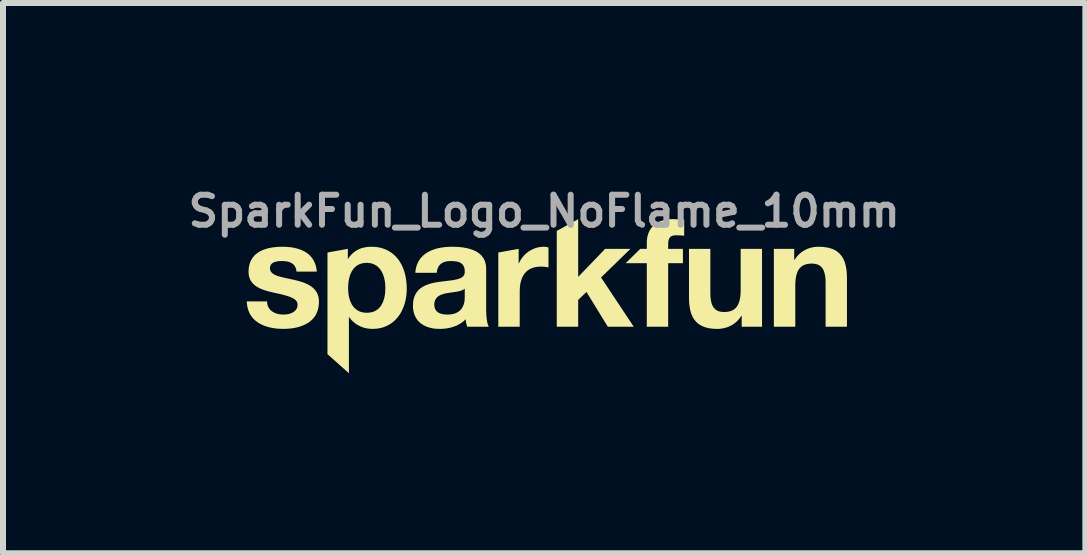
<source format=kicad_pcb>
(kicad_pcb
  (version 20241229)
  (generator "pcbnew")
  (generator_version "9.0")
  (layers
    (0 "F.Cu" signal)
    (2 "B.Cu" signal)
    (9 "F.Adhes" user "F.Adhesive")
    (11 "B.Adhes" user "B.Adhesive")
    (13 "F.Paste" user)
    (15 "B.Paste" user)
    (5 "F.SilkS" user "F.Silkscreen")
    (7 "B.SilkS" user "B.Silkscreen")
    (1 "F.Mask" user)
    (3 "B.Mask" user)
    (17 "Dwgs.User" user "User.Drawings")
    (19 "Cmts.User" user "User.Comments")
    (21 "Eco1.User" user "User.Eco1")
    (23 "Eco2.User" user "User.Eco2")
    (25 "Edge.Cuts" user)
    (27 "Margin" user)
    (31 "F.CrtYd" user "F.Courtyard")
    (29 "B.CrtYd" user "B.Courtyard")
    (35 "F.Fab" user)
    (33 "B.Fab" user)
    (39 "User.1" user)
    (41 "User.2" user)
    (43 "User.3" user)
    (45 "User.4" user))
  (footprint "SparkFun_Logo_NoFlame_10mm"
    (layer "F.Cu")
    (at 6.017 1.738)
    (property "Reference" "SparkFun_Logo_NoFlame_10mm" (at 0 -1.27 0) (layer "F.Fab") (effects (font (size 0.5 0.5) (thickness 0.1))))
    (attr board_only exclude_from_pos_files exclude_from_bom)
    (fp_poly (pts (xy 0.566 -0.175) (xy 1.015 -0.642) (xy 1.437 -0.642) (xy 0.947 -0.165) (xy 1.492 0.656) (xy 1.06 0.656) (xy 0.704 0.076) (xy 0.566 0.209) (xy 0.566 0.656) (xy 0.209 0.656) (xy 0.209 -0.941) (xy 0.566 -1.137)) (stroke (width 0) (type solid)) (fill yes) (layer "F.SilkS"))
    (fp_poly (pts (xy -0.002 -0.677) (xy 0.003 -0.677) (xy 0.009 -0.677) (xy 0.014 -0.676) (xy 0.023 -0.675) (xy 0.033 -0.674) (xy 0.043 -0.672) (xy 0.052 -0.67) (xy 0.062 -0.667) (xy 0.071 -0.665) (xy 0.071 -0.333) (xy 0.058 -0.336) (xy 0.043 -0.338) (xy 0.028 -0.34) (xy 0.011 -0.342) (xy -0.006 -0.344) (xy -0.023 -0.345) (xy -0.04 -0.345) (xy -0.057 -0.346) (xy -0.081 -0.345) (xy -0.104 -0.343) (xy -0.126 -0.341) (xy -0.148 -0.337) (xy -0.168 -0.333) (xy -0.187 -0.327) (xy -0.206 -0.32) (xy -0.223 -0.313) (xy -0.24 -0.305) (xy -0.255 -0.295) (xy -0.27 -0.285) (xy -0.284 -0.275) (xy -0.297 -0.263) (xy -0.309 -0.251) (xy -0.321 -0.238) (xy -0.332 -0.224) (xy -0.341 -0.209) (xy -0.351 -0.194) (xy -0.359 -0.179) (xy -0.367 -0.162) (xy -0.374 -0.145) (xy -0.38 -0.128) (xy -0.386 -0.11) (xy -0.391 -0.091) (xy -0.395 -0.072) (xy -0.399 -0.053) (xy -0.404 -0.013) (xy -0.407 0.028) (xy -0.408 0.071) (xy -0.408 0.656) (xy -0.765 0.656) (xy -0.765 -0.581) (xy -0.426 -0.642) (xy -0.426 -0.401) (xy -0.421 -0.401) (xy -0.414 -0.416) (xy -0.407 -0.431) (xy -0.399 -0.445) (xy -0.391 -0.46) (xy -0.382 -0.473) (xy -0.373 -0.487) (xy -0.363 -0.5) (xy -0.353 -0.513) (xy -0.342 -0.525) (xy -0.331 -0.537) (xy -0.319 -0.549) (xy -0.307 -0.56) (xy -0.295 -0.571) (xy -0.282 -0.581) (xy -0.269 -0.591) (xy -0.255 -0.6) (xy -0.241 -0.609) (xy -0.227 -0.617) (xy -0.213 -0.625) (xy -0.198 -0.633) (xy -0.183 -0.64) (xy -0.168 -0.646) (xy -0.153 -0.652) (xy -0.137 -0.657) (xy -0.121 -0.662) (xy -0.105 -0.666) (xy -0.089 -0.669) (xy -0.073 -0.672) (xy -0.057 -0.674) (xy -0.04 -0.676) (xy -0.023 -0.677) (xy -0.007 -0.677)) (stroke (width 0) (type solid)) (fill yes) (layer "F.SilkS"))
    (fp_poly (pts (xy 2.167 -1.136) (xy 2.191 -1.135) (xy 2.215 -1.134) (xy 2.238 -1.132) (xy 2.286 -1.129) (xy 2.309 -1.128) (xy 2.332 -1.127) (xy 2.332 -0.86) (xy 2.315 -0.862) (xy 2.299 -0.864) (xy 2.283 -0.865) (xy 2.266 -0.866) (xy 2.25 -0.867) (xy 2.233 -0.867) (xy 2.217 -0.868) (xy 2.201 -0.868) (xy 2.184 -0.867) (xy 2.175 -0.867) (xy 2.167 -0.866) (xy 2.16 -0.865) (xy 2.152 -0.864) (xy 2.145 -0.862) (xy 2.139 -0.86) (xy 2.132 -0.858) (xy 2.126 -0.855) (xy 2.121 -0.853) (xy 2.115 -0.85) (xy 2.11 -0.846) (xy 2.105 -0.843) (xy 2.101 -0.839) (xy 2.097 -0.834) (xy 2.093 -0.83) (xy 2.089 -0.825) (xy 2.086 -0.82) (xy 2.083 -0.814) (xy 2.08 -0.808) (xy 2.077 -0.802) (xy 2.075 -0.795) (xy 2.073 -0.788) (xy 2.071 -0.781) (xy 2.07 -0.774) (xy 2.068 -0.765) (xy 2.067 -0.757) (xy 2.066 -0.739) (xy 2.065 -0.72) (xy 2.065 -0.642) (xy 2.311 -0.642) (xy 2.311 -0.403) (xy 2.065 -0.403) (xy 2.065 0.656) (xy 1.709 0.656) (xy 1.709 -0.403) (xy 1.357 -0.403) (xy 1.6 -0.642) (xy 1.709 -0.642) (xy 1.709 -0.742) (xy 1.709 -0.764) (xy 1.711 -0.785) (xy 1.713 -0.805) (xy 1.716 -0.825) (xy 1.719 -0.845) (xy 1.724 -0.864) (xy 1.729 -0.883) (xy 1.736 -0.901) (xy 1.743 -0.919) (xy 1.751 -0.936) (xy 1.76 -0.953) (xy 1.77 -0.969) (xy 1.78 -0.984) (xy 1.791 -0.999) (xy 1.804 -1.013) (xy 1.817 -1.026) (xy 1.831 -1.039) (xy 1.846 -1.051) (xy 1.861 -1.062) (xy 1.878 -1.073) (xy 1.895 -1.083) (xy 1.913 -1.092) (xy 1.933 -1.1) (xy 1.953 -1.107) (xy 1.973 -1.114) (xy 1.995 -1.12) (xy 2.018 -1.125) (xy 2.041 -1.129) (xy 2.065 -1.132) (xy 2.09 -1.135) (xy 2.116 -1.136) (xy 2.143 -1.137)) (stroke (width 0) (type solid)) (fill yes) (layer "F.SilkS"))
    (fp_poly (pts (xy 2.768 0.091) (xy 2.769 0.13) (xy 2.771 0.166) (xy 2.775 0.2) (xy 2.78 0.231) (xy 2.787 0.26) (xy 2.796 0.286) (xy 2.801 0.298) (xy 2.807 0.31) (xy 2.813 0.32) (xy 2.819 0.331) (xy 2.826 0.34) (xy 2.834 0.349) (xy 2.842 0.358) (xy 2.85 0.365) (xy 2.859 0.373) (xy 2.869 0.379) (xy 2.879 0.385) (xy 2.89 0.39) (xy 2.901 0.395) (xy 2.913 0.399) (xy 2.925 0.402) (xy 2.938 0.405) (xy 2.952 0.407) (xy 2.966 0.409) (xy 2.981 0.41) (xy 2.996 0.41) (xy 3.014 0.41) (xy 3.031 0.409) (xy 3.048 0.407) (xy 3.064 0.405) (xy 3.079 0.402) (xy 3.094 0.398) (xy 3.108 0.394) (xy 3.121 0.389) (xy 3.134 0.383) (xy 3.146 0.377) (xy 3.158 0.37) (xy 3.169 0.362) (xy 3.179 0.353) (xy 3.189 0.344) (xy 3.199 0.334) (xy 3.207 0.323) (xy 3.215 0.311) (xy 3.223 0.299) (xy 3.23 0.286) (xy 3.236 0.272) (xy 3.242 0.257) (xy 3.248 0.241) (xy 3.253 0.225) (xy 3.257 0.208) (xy 3.261 0.19) (xy 3.264 0.171) (xy 3.267 0.151) (xy 3.269 0.13) (xy 3.271 0.109) (xy 3.272 0.086) (xy 3.273 0.039) (xy 3.273 -0.642) (xy 3.629 -0.642) (xy 3.629 0.656) (xy 3.29 0.656) (xy 3.29 0.475) (xy 3.283 0.475) (xy 3.274 0.489) (xy 3.265 0.502) (xy 3.256 0.515) (xy 3.246 0.527) (xy 3.236 0.539) (xy 3.226 0.55) (xy 3.215 0.561) (xy 3.204 0.572) (xy 3.193 0.582) (xy 3.181 0.591) (xy 3.169 0.6) (xy 3.157 0.609) (xy 3.133 0.625) (xy 3.107 0.639) (xy 3.081 0.651) (xy 3.054 0.662) (xy 3.027 0.671) (xy 2.999 0.678) (xy 2.971 0.684) (xy 2.943 0.688) (xy 2.914 0.691) (xy 2.886 0.691) (xy 2.851 0.691) (xy 2.818 0.689) (xy 2.787 0.686) (xy 2.757 0.682) (xy 2.728 0.676) (xy 2.701 0.67) (xy 2.676 0.662) (xy 2.652 0.653) (xy 2.629 0.643) (xy 2.608 0.632) (xy 2.588 0.62) (xy 2.569 0.607) (xy 2.552 0.593) (xy 2.536 0.578) (xy 2.521 0.562) (xy 2.507 0.545) (xy 2.494 0.527) (xy 2.482 0.508) (xy 2.471 0.488) (xy 2.462 0.467) (xy 2.453 0.445) (xy 2.445 0.423) (xy 2.438 0.4) (xy 2.432 0.376) (xy 2.423 0.325) (xy 2.416 0.272) (xy 2.413 0.216) (xy 2.412 0.157) (xy 2.412 -0.642) (xy 2.768 -0.642)) (stroke (width 0) (type solid)) (fill yes) (layer "F.SilkS"))
    (fp_poly (pts (xy 4.604 -0.676) (xy 4.637 -0.675) (xy 4.669 -0.671) (xy 4.699 -0.667) (xy 4.727 -0.662) (xy 4.754 -0.655) (xy 4.78 -0.647) (xy 4.804 -0.639) (xy 4.826 -0.629) (xy 4.848 -0.618) (xy 4.868 -0.606) (xy 4.886 -0.593) (xy 4.904 -0.578) (xy 4.92 -0.563) (xy 4.935 -0.547) (xy 4.949 -0.53) (xy 4.962 -0.512) (xy 4.974 -0.493) (xy 4.984 -0.473) (xy 4.994 -0.453) (xy 5.003 -0.431) (xy 5.01 -0.409) (xy 5.017 -0.385) (xy 5.023 -0.361) (xy 5.033 -0.311) (xy 5.039 -0.258) (xy 5.043 -0.201) (xy 5.044 -0.142) (xy 5.044 0.656) (xy 4.688 0.656) (xy 4.688 -0.077) (xy 4.687 -0.116) (xy 4.685 -0.152) (xy 4.681 -0.186) (xy 4.675 -0.217) (xy 4.668 -0.245) (xy 4.66 -0.272) (xy 4.654 -0.284) (xy 4.649 -0.295) (xy 4.643 -0.306) (xy 4.636 -0.316) (xy 4.629 -0.326) (xy 4.622 -0.335) (xy 4.614 -0.343) (xy 4.605 -0.351) (xy 4.596 -0.358) (xy 4.586 -0.365) (xy 4.576 -0.371) (xy 4.566 -0.376) (xy 4.554 -0.381) (xy 4.543 -0.385) (xy 4.53 -0.388) (xy 4.517 -0.391) (xy 4.503 -0.393) (xy 4.489 -0.395) (xy 4.474 -0.396) (xy 4.459 -0.396) (xy 4.441 -0.396) (xy 4.424 -0.395) (xy 4.408 -0.393) (xy 4.392 -0.391) (xy 4.376 -0.388) (xy 4.362 -0.384) (xy 4.348 -0.38) (xy 4.334 -0.375) (xy 4.322 -0.369) (xy 4.309 -0.363) (xy 4.298 -0.356) (xy 4.287 -0.348) (xy 4.276 -0.339) (xy 4.267 -0.33) (xy 4.257 -0.32) (xy 4.249 -0.309) (xy 4.24 -0.297) (xy 4.233 -0.285) (xy 4.226 -0.272) (xy 4.219 -0.258) (xy 4.214 -0.243) (xy 4.208 -0.227) (xy 4.203 -0.211) (xy 4.199 -0.193) (xy 4.195 -0.175) (xy 4.192 -0.156) (xy 4.189 -0.136) (xy 4.187 -0.116) (xy 4.185 -0.094) (xy 4.184 -0.072) (xy 4.183 -0.024) (xy 4.183 0.656) (xy 3.826 0.656) (xy 3.826 -0.642) (xy 4.165 -0.642) (xy 4.165 -0.461) (xy 4.173 -0.461) (xy 4.182 -0.475) (xy 4.191 -0.488) (xy 4.2 -0.501) (xy 4.21 -0.513) (xy 4.22 -0.525) (xy 4.23 -0.536) (xy 4.241 -0.547) (xy 4.252 -0.557) (xy 4.263 -0.567) (xy 4.275 -0.577) (xy 4.286 -0.586) (xy 4.298 -0.594) (xy 4.323 -0.61) (xy 4.349 -0.625) (xy 4.375 -0.637) (xy 4.402 -0.648) (xy 4.429 -0.657) (xy 4.457 -0.664) (xy 4.485 -0.67) (xy 4.513 -0.674) (xy 4.541 -0.676) (xy 4.57 -0.677)) (stroke (width 0) (type solid)) (fill yes) (layer "F.SilkS"))
    (fp_poly (pts (xy -2.843 -0.676) (xy -2.806 -0.673) (xy -2.771 -0.669) (xy -2.738 -0.662) (xy -2.706 -0.654) (xy -2.675 -0.644) (xy -2.645 -0.633) (xy -2.616 -0.62) (xy -2.589 -0.605) (xy -2.563 -0.589) (xy -2.538 -0.572) (xy -2.515 -0.553) (xy -2.492 -0.533) (xy -2.471 -0.512) (xy -2.451 -0.49) (xy -2.432 -0.466) (xy -2.415 -0.442) (xy -2.399 -0.416) (xy -2.383 -0.39) (xy -2.369 -0.362) (xy -2.357 -0.334) (xy -2.345 -0.304) (xy -2.334 -0.274) (xy -2.325 -0.244) (xy -2.317 -0.212) (xy -2.31 -0.181) (xy -2.299 -0.115) (xy -2.292 -0.048) (xy -2.29 0.021) (xy -2.292 0.086) (xy -2.299 0.149) (xy -2.31 0.212) (xy -2.325 0.272) (xy -2.345 0.33) (xy -2.37 0.385) (xy -2.384 0.412) (xy -2.398 0.438) (xy -2.415 0.462) (xy -2.432 0.486) (xy -2.45 0.509) (xy -2.47 0.531) (xy -2.49 0.551) (xy -2.512 0.571) (xy -2.535 0.589) (xy -2.559 0.606) (xy -2.584 0.621) (xy -2.61 0.635) (xy -2.637 0.648) (xy -2.666 0.659) (xy -2.695 0.669) (xy -2.726 0.677) (xy -2.758 0.683) (xy -2.791 0.688) (xy -2.825 0.69) (xy -2.86 0.691) (xy -2.889 0.691) (xy -2.919 0.688) (xy -2.947 0.684) (xy -2.975 0.679) (xy -3.003 0.672) (xy -3.029 0.663) (xy -3.056 0.653) (xy -3.081 0.641) (xy -3.105 0.628) (xy -3.129 0.614) (xy -3.152 0.598) (xy -3.173 0.58) (xy -3.194 0.561) (xy -3.214 0.541) (xy -3.232 0.519) (xy -3.249 0.496) (xy -3.254 0.496) (xy -3.254 1.43) (xy -3.611 1.113) (xy -3.611 0.011) (xy -3.267 0.011) (xy -3.266 0.05) (xy -3.263 0.089) (xy -3.258 0.127) (xy -3.251 0.164) (xy -3.241 0.2) (xy -3.229 0.234) (xy -3.215 0.266) (xy -3.207 0.281) (xy -3.198 0.296) (xy -3.188 0.31) (xy -3.178 0.323) (xy -3.167 0.336) (xy -3.155 0.348) (xy -3.143 0.359) (xy -3.13 0.37) (xy -3.116 0.379) (xy -3.102 0.388) (xy -3.086 0.396) (xy -3.07 0.403) (xy -3.053 0.409) (xy -3.035 0.414) (xy -3.016 0.417) (xy -2.997 0.42) (xy -2.977 0.422) (xy -2.955 0.423) (xy -2.934 0.422) (xy -2.913 0.42) (xy -2.894 0.417) (xy -2.875 0.414) (xy -2.857 0.409) (xy -2.84 0.403) (xy -2.824 0.396) (xy -2.809 0.388) (xy -2.794 0.379) (xy -2.78 0.37) (xy -2.767 0.359) (xy -2.755 0.348) (xy -2.744 0.336) (xy -2.733 0.323) (xy -2.723 0.31) (xy -2.713 0.296) (xy -2.705 0.281) (xy -2.697 0.266) (xy -2.689 0.25) (xy -2.683 0.234) (xy -2.677 0.217) (xy -2.671 0.2) (xy -2.666 0.182) (xy -2.662 0.164) (xy -2.655 0.127) (xy -2.65 0.089) (xy -2.648 0.05) (xy -2.647 0.011) (xy -2.648 -0.028) (xy -2.651 -0.067) (xy -2.656 -0.105) (xy -2.663 -0.142) (xy -2.673 -0.179) (xy -2.685 -0.213) (xy -2.699 -0.246) (xy -2.708 -0.262) (xy -2.717 -0.277) (xy -2.726 -0.291) (xy -2.736 -0.305) (xy -2.747 -0.318) (xy -2.759 -0.331) (xy -2.771 -0.342) (xy -2.784 -0.353) (xy -2.798 -0.363) (xy -2.813 -0.372) (xy -2.828 -0.38) (xy -2.844 -0.388) (xy -2.861 -0.394) (xy -2.879 -0.399) (xy -2.897 -0.403) (xy -2.917 -0.406) (xy -2.937 -0.408) (xy -2.958 -0.408) (xy -2.979 -0.408) (xy -3 -0.406) (xy -3.019 -0.403) (xy -3.038 -0.399) (xy -3.056 -0.394) (xy -3.073 -0.388) (xy -3.089 -0.381) (xy -3.105 -0.372) (xy -3.119 -0.363) (xy -3.133 -0.354) (xy -3.146 -0.343) (xy -3.158 -0.331) (xy -3.17 -0.319) (xy -3.18 -0.306) (xy -3.19 -0.292) (xy -3.2 -0.278) (xy -3.208 -0.263) (xy -3.216 -0.247) (xy -3.224 -0.231) (xy -3.231 -0.214) (xy -3.237 -0.197) (xy -3.242 -0.18) (xy -3.247 -0.162) (xy -3.251 -0.143) (xy -3.258 -0.106) (xy -3.263 -0.068) (xy -3.266 -0.029) (xy -3.267 0.011) (xy -3.611 0.011) (xy -3.611 -0.581) (xy -3.272 -0.642) (xy -3.272 -0.476) (xy -3.267 -0.476) (xy -3.258 -0.489) (xy -3.25 -0.502) (xy -3.241 -0.514) (xy -3.231 -0.525) (xy -3.222 -0.536) (xy -3.212 -0.547) (xy -3.202 -0.557) (xy -3.192 -0.567) (xy -3.181 -0.576) (xy -3.17 -0.585) (xy -3.159 -0.594) (xy -3.148 -0.602) (xy -3.137 -0.609) (xy -3.125 -0.616) (xy -3.113 -0.623) (xy -3.101 -0.629) (xy -3.088 -0.635) (xy -3.076 -0.641) (xy -3.05 -0.651) (xy -3.023 -0.659) (xy -2.996 -0.665) (xy -2.968 -0.67) (xy -2.939 -0.674) (xy -2.91 -0.676) (xy -2.88 -0.677)) (stroke (width 0) (type solid)) (fill yes) (layer "F.SilkS"))
    (fp_poly (pts (xy -1.488 -0.676) (xy -1.438 -0.674) (xy -1.388 -0.67) (xy -1.339 -0.663) (xy -1.29 -0.654) (xy -1.243 -0.642) (xy -1.198 -0.627) (xy -1.155 -0.609) (xy -1.135 -0.599) (xy -1.115 -0.587) (xy -1.097 -0.575) (xy -1.079 -0.562) (xy -1.063 -0.547) (xy -1.047 -0.532) (xy -1.033 -0.515) (xy -1.02 -0.497) (xy -1.008 -0.478) (xy -0.997 -0.458) (xy -0.988 -0.436) (xy -0.981 -0.413) (xy -0.975 -0.389) (xy -0.97 -0.364) (xy -0.968 -0.337) (xy -0.967 -0.308) (xy -0.967 0.368) (xy -0.966 0.412) (xy -0.964 0.455) (xy -0.961 0.497) (xy -0.957 0.536) (xy -0.954 0.555) (xy -0.95 0.573) (xy -0.947 0.59) (xy -0.943 0.606) (xy -0.938 0.62) (xy -0.933 0.634) (xy -0.928 0.646) (xy -0.922 0.656) (xy -1.283 0.656) (xy -1.288 0.641) (xy -1.292 0.626) (xy -1.296 0.61) (xy -1.3 0.594) (xy -1.303 0.579) (xy -1.305 0.563) (xy -1.307 0.547) (xy -1.309 0.531) (xy -1.33 0.552) (xy -1.353 0.572) (xy -1.377 0.59) (xy -1.402 0.606) (xy -1.428 0.62) (xy -1.454 0.634) (xy -1.481 0.645) (xy -1.509 0.655) (xy -1.537 0.664) (xy -1.566 0.672) (xy -1.596 0.678) (xy -1.625 0.683) (xy -1.655 0.687) (xy -1.685 0.689) (xy -1.715 0.691) (xy -1.746 0.691) (xy -1.791 0.69) (xy -1.836 0.686) (xy -1.879 0.678) (xy -1.919 0.668) (xy -1.939 0.662) (xy -1.958 0.655) (xy -1.977 0.647) (xy -1.995 0.638) (xy -2.012 0.629) (xy -2.028 0.619) (xy -2.044 0.608) (xy -2.06 0.597) (xy -2.074 0.584) (xy -2.088 0.571) (xy -2.101 0.557) (xy -2.113 0.542) (xy -2.124 0.527) (xy -2.135 0.51) (xy -2.144 0.493) (xy -2.153 0.475) (xy -2.161 0.457) (xy -2.168 0.437) (xy -2.174 0.417) (xy -2.178 0.395) (xy -2.182 0.373) (xy -2.185 0.35) (xy -2.187 0.327) (xy -2.187 0.302) (xy -2.186 0.287) (xy -1.831 0.287) (xy -1.831 0.299) (xy -1.83 0.311) (xy -1.828 0.321) (xy -1.826 0.332) (xy -1.824 0.342) (xy -1.821 0.351) (xy -1.817 0.36) (xy -1.813 0.368) (xy -1.808 0.376) (xy -1.804 0.384) (xy -1.798 0.39) (xy -1.792 0.397) (xy -1.786 0.403) (xy -1.779 0.409) (xy -1.772 0.414) (xy -1.765 0.419) (xy -1.757 0.424) (xy -1.749 0.428) (xy -1.741 0.431) (xy -1.732 0.435) (xy -1.723 0.438) (xy -1.714 0.441) (xy -1.705 0.443) (xy -1.695 0.445) (xy -1.675 0.449) (xy -1.655 0.451) (xy -1.634 0.452) (xy -1.612 0.453) (xy -1.587 0.452) (xy -1.563 0.45) (xy -1.541 0.447) (xy -1.52 0.443) (xy -1.5 0.438) (xy -1.482 0.432) (xy -1.465 0.425) (xy -1.45 0.417) (xy -1.435 0.409) (xy -1.422 0.4) (xy -1.41 0.39) (xy -1.398 0.38) (xy -1.388 0.369) (xy -1.379 0.357) (xy -1.371 0.346) (xy -1.363 0.334) (xy -1.357 0.321) (xy -1.351 0.309) (xy -1.346 0.296) (xy -1.341 0.284) (xy -1.334 0.259) (xy -1.329 0.235) (xy -1.326 0.212) (xy -1.325 0.19) (xy -1.324 0.154) (xy -1.324 0.021) (xy -1.329 0.026) (xy -1.336 0.03) (xy -1.342 0.035) (xy -1.349 0.039) (xy -1.364 0.046) (xy -1.38 0.052) (xy -1.397 0.058) (xy -1.415 0.063) (xy -1.433 0.067) (xy -1.453 0.071) (xy -1.62 0.096) (xy -1.64 0.1) (xy -1.661 0.105) (xy -1.68 0.11) (xy -1.699 0.116) (xy -1.718 0.123) (xy -1.735 0.131) (xy -1.752 0.14) (xy -1.759 0.145) (xy -1.767 0.15) (xy -1.774 0.156) (xy -1.781 0.162) (xy -1.787 0.168) (xy -1.793 0.175) (xy -1.799 0.182) (xy -1.804 0.189) (xy -1.809 0.197) (xy -1.813 0.205) (xy -1.817 0.214) (xy -1.821 0.223) (xy -1.824 0.232) (xy -1.826 0.242) (xy -1.828 0.253) (xy -1.83 0.264) (xy -1.831 0.275) (xy -1.831 0.287) (xy -2.186 0.287) (xy -2.184 0.249) (xy -2.177 0.202) (xy -2.164 0.159) (xy -2.148 0.12) (xy -2.128 0.086) (xy -2.105 0.056) (xy -2.078 0.029) (xy -2.048 0.006) (xy -2.016 -0.014) (xy -1.982 -0.032) (xy -1.946 -0.046) (xy -1.908 -0.059) (xy -1.869 -0.07) (xy -1.829 -0.079) (xy -1.748 -0.092) (xy -1.589 -0.112) (xy -1.516 -0.121) (xy -1.452 -0.135) (xy -1.423 -0.143) (xy -1.397 -0.153) (xy -1.375 -0.165) (xy -1.356 -0.179) (xy -1.341 -0.196) (xy -1.331 -0.215) (xy -1.325 -0.237) (xy -1.324 -0.263) (xy -1.324 -0.276) (xy -1.325 -0.289) (xy -1.326 -0.302) (xy -1.328 -0.313) (xy -1.331 -0.324) (xy -1.334 -0.335) (xy -1.338 -0.345) (xy -1.342 -0.354) (xy -1.347 -0.362) (xy -1.352 -0.37) (xy -1.358 -0.378) (xy -1.364 -0.385) (xy -1.37 -0.391) (xy -1.377 -0.397) (xy -1.384 -0.402) (xy -1.392 -0.407) (xy -1.4 -0.412) (xy -1.409 -0.416) (xy -1.417 -0.419) (xy -1.426 -0.423) (xy -1.436 -0.426) (xy -1.445 -0.428) (xy -1.455 -0.43) (xy -1.466 -0.432) (xy -1.487 -0.435) (xy -1.509 -0.437) (xy -1.531 -0.438) (xy -1.555 -0.439) (xy -1.58 -0.438) (xy -1.604 -0.436) (xy -1.627 -0.433) (xy -1.648 -0.428) (xy -1.658 -0.425) (xy -1.668 -0.421) (xy -1.677 -0.418) (xy -1.687 -0.414) (xy -1.695 -0.409) (xy -1.704 -0.404) (xy -1.712 -0.399) (xy -1.72 -0.393) (xy -1.727 -0.387) (xy -1.734 -0.381) (xy -1.741 -0.374) (xy -1.747 -0.366) (xy -1.753 -0.359) (xy -1.758 -0.35) (xy -1.763 -0.342) (xy -1.768 -0.333) (xy -1.772 -0.323) (xy -1.776 -0.313) (xy -1.779 -0.302) (xy -1.783 -0.291) (xy -1.785 -0.28) (xy -1.787 -0.268) (xy -1.789 -0.255) (xy -1.791 -0.243) (xy -2.147 -0.243) (xy -2.145 -0.273) (xy -2.14 -0.302) (xy -2.135 -0.33) (xy -2.127 -0.356) (xy -2.119 -0.382) (xy -2.108 -0.406) (xy -2.097 -0.429) (xy -2.084 -0.45) (xy -2.071 -0.471) (xy -2.056 -0.49) (xy -2.039 -0.508) (xy -2.022 -0.526) (xy -2.004 -0.542) (xy -1.985 -0.557) (xy -1.965 -0.571) (xy -1.944 -0.584) (xy -1.922 -0.596) (xy -1.9 -0.607) (xy -1.877 -0.618) (xy -1.853 -0.627) (xy -1.829 -0.635) (xy -1.804 -0.643) (xy -1.778 -0.65) (xy -1.753 -0.656) (xy -1.7 -0.665) (xy -1.646 -0.672) (xy -1.592 -0.676) (xy -1.537 -0.677)) (stroke (width 0) (type solid)) (fill yes) (layer "F.SilkS"))
    (fp_poly (pts (xy -4.309 -0.676) (xy -4.257 -0.672) (xy -4.206 -0.666) (xy -4.157 -0.657) (xy -4.109 -0.645) (xy -4.063 -0.63) (xy -4.02 -0.611) (xy -3.999 -0.601) (xy -3.979 -0.589) (xy -3.96 -0.577) (xy -3.942 -0.564) (xy -3.924 -0.549) (xy -3.907 -0.534) (xy -3.892 -0.518) (xy -3.877 -0.5) (xy -3.863 -0.482) (xy -3.85 -0.462) (xy -3.838 -0.441) (xy -3.827 -0.419) (xy -3.818 -0.396) (xy -3.809 -0.372) (xy -3.802 -0.347) (xy -3.796 -0.32) (xy -3.792 -0.292) (xy -3.788 -0.263) (xy -4.127 -0.263) (xy -4.128 -0.275) (xy -4.13 -0.287) (xy -4.133 -0.299) (xy -4.135 -0.31) (xy -4.139 -0.32) (xy -4.143 -0.33) (xy -4.147 -0.34) (xy -4.152 -0.348) (xy -4.157 -0.357) (xy -4.162 -0.365) (xy -4.169 -0.372) (xy -4.175 -0.379) (xy -4.182 -0.386) (xy -4.189 -0.392) (xy -4.197 -0.397) (xy -4.205 -0.402) (xy -4.213 -0.407) (xy -4.222 -0.412) (xy -4.231 -0.416) (xy -4.24 -0.419) (xy -4.25 -0.423) (xy -4.26 -0.426) (xy -4.27 -0.428) (xy -4.28 -0.431) (xy -4.302 -0.434) (xy -4.324 -0.437) (xy -4.347 -0.438) (xy -4.371 -0.439) (xy -4.386 -0.438) (xy -4.403 -0.438) (xy -4.419 -0.437) (xy -4.436 -0.435) (xy -4.453 -0.432) (xy -4.469 -0.429) (xy -4.485 -0.424) (xy -4.5 -0.419) (xy -4.508 -0.415) (xy -4.515 -0.412) (xy -4.521 -0.408) (xy -4.528 -0.404) (xy -4.534 -0.399) (xy -4.54 -0.394) (xy -4.545 -0.388) (xy -4.55 -0.382) (xy -4.554 -0.376) (xy -4.558 -0.369) (xy -4.561 -0.362) (xy -4.564 -0.354) (xy -4.566 -0.346) (xy -4.568 -0.337) (xy -4.569 -0.328) (xy -4.569 -0.318) (xy -4.569 -0.306) (xy -4.567 -0.295) (xy -4.564 -0.285) (xy -4.56 -0.275) (xy -4.555 -0.265) (xy -4.549 -0.257) (xy -4.542 -0.248) (xy -4.534 -0.24) (xy -4.526 -0.233) (xy -4.516 -0.226) (xy -4.506 -0.219) (xy -4.494 -0.213) (xy -4.482 -0.207) (xy -4.47 -0.202) (xy -4.456 -0.196) (xy -4.443 -0.191) (xy -4.413 -0.182) (xy -4.381 -0.173) (xy -4.348 -0.165) (xy -4.313 -0.157) (xy -4.24 -0.141) (xy -4.203 -0.133) (xy -4.165 -0.125) (xy -4.126 -0.115) (xy -4.087 -0.105) (xy -4.05 -0.094) (xy -4.013 -0.082) (xy -3.977 -0.068) (xy -3.943 -0.052) (xy -3.911 -0.035) (xy -3.881 -0.015) (xy -3.867 -0.004) (xy -3.853 0.007) (xy -3.841 0.019) (xy -3.829 0.031) (xy -3.817 0.044) (xy -3.807 0.058) (xy -3.797 0.072) (xy -3.788 0.088) (xy -3.78 0.104) (xy -3.773 0.12) (xy -3.767 0.138) (xy -3.762 0.157) (xy -3.758 0.176) (xy -3.756 0.196) (xy -3.754 0.217) (xy -3.753 0.239) (xy -3.754 0.271) (xy -3.757 0.301) (xy -3.761 0.33) (xy -3.767 0.357) (xy -3.774 0.383) (xy -3.783 0.408) (xy -3.793 0.432) (xy -3.804 0.454) (xy -3.817 0.476) (xy -3.831 0.496) (xy -3.847 0.515) (xy -3.863 0.533) (xy -3.881 0.549) (xy -3.899 0.565) (xy -3.919 0.58) (xy -3.939 0.594) (xy -3.961 0.606) (xy -3.983 0.618) (xy -4.006 0.629) (xy -4.029 0.638) (xy -4.053 0.647) (xy -4.078 0.655) (xy -4.104 0.663) (xy -4.129 0.669) (xy -4.182 0.679) (xy -4.236 0.686) (xy -4.291 0.69) (xy -4.346 0.691) (xy -4.402 0.69) (xy -4.458 0.686) (xy -4.513 0.679) (xy -4.567 0.668) (xy -4.618 0.655) (xy -4.668 0.638) (xy -4.715 0.617) (xy -4.737 0.605) (xy -4.759 0.592) (xy -4.78 0.578) (xy -4.8 0.563) (xy -4.819 0.547) (xy -4.837 0.53) (xy -4.854 0.512) (xy -4.87 0.493) (xy -4.884 0.473) (xy -4.898 0.451) (xy -4.91 0.428) (xy -4.921 0.404) (xy -4.93 0.379) (xy -4.938 0.353) (xy -4.945 0.325) (xy -4.95 0.296) (xy -4.954 0.266) (xy -4.956 0.234) (xy -4.617 0.234) (xy -4.617 0.248) (xy -4.616 0.262) (xy -4.614 0.275) (xy -4.611 0.288) (xy -4.608 0.3) (xy -4.604 0.311) (xy -4.599 0.322) (xy -4.594 0.333) (xy -4.588 0.343) (xy -4.581 0.353) (xy -4.574 0.362) (xy -4.567 0.371) (xy -4.559 0.379) (xy -4.55 0.387) (xy -4.541 0.394) (xy -4.532 0.401) (xy -4.522 0.407) (xy -4.512 0.413) (xy -4.501 0.419) (xy -4.491 0.424) (xy -4.479 0.429) (xy -4.468 0.433) (xy -4.456 0.437) (xy -4.444 0.44) (xy -4.432 0.443) (xy -4.42 0.446) (xy -4.395 0.45) (xy -4.369 0.452) (xy -4.343 0.453) (xy -4.324 0.452) (xy -4.304 0.451) (xy -4.284 0.448) (xy -4.264 0.445) (xy -4.245 0.44) (xy -4.225 0.434) (xy -4.207 0.426) (xy -4.189 0.417) (xy -4.18 0.412) (xy -4.172 0.407) (xy -4.165 0.401) (xy -4.157 0.395) (xy -4.15 0.388) (xy -4.144 0.381) (xy -4.138 0.374) (xy -4.132 0.366) (xy -4.127 0.358) (xy -4.123 0.349) (xy -4.119 0.34) (xy -4.116 0.33) (xy -4.113 0.32) (xy -4.111 0.31) (xy -4.11 0.299) (xy -4.11 0.287) (xy -4.11 0.277) (xy -4.111 0.268) (xy -4.114 0.259) (xy -4.117 0.25) (xy -4.121 0.241) (xy -4.125 0.233) (xy -4.131 0.225) (xy -4.137 0.218) (xy -4.144 0.21) (xy -4.152 0.203) (xy -4.161 0.197) (xy -4.171 0.19) (xy -4.181 0.184) (xy -4.192 0.178) (xy -4.204 0.172) (xy -4.217 0.166) (xy -4.23 0.161) (xy -4.244 0.155) (xy -4.259 0.15) (xy -4.275 0.145) (xy -4.308 0.135) (xy -4.344 0.125) (xy -4.383 0.115) (xy -4.424 0.106) (xy -4.468 0.096) (xy -4.514 0.086) (xy -4.592 0.067) (xy -4.629 0.056) (xy -4.666 0.045) (xy -4.702 0.031) (xy -4.736 0.017) (xy -4.768 0.000197) (xy -4.798 -0.018) (xy -4.812 -0.028) (xy -4.826 -0.039) (xy -4.838 -0.05) (xy -4.85 -0.062) (xy -4.862 -0.074) (xy -4.872 -0.087) (xy -4.882 -0.101) (xy -4.891 -0.115) (xy -4.899 -0.131) (xy -4.906 -0.146) (xy -4.912 -0.163) (xy -4.917 -0.181) (xy -4.921 -0.199) (xy -4.923 -0.219) (xy -4.925 -0.239) (xy -4.926 -0.26) (xy -4.925 -0.29) (xy -4.923 -0.319) (xy -4.918 -0.347) (xy -4.913 -0.373) (xy -4.906 -0.398) (xy -4.898 -0.422) (xy -4.888 -0.444) (xy -4.877 -0.465) (xy -4.864 -0.485) (xy -4.851 -0.504) (xy -4.836 -0.521) (xy -4.821 -0.538) (xy -4.804 -0.553) (xy -4.786 -0.567) (xy -4.767 -0.581) (xy -4.748 -0.593) (xy -4.728 -0.604) (xy -4.706 -0.614) (xy -4.685 -0.624) (xy -4.662 -0.632) (xy -4.639 -0.64) (xy -4.616 -0.647) (xy -4.591 -0.653) (xy -4.567 -0.658) (xy -4.517 -0.667) (xy -4.465 -0.673) (xy -4.413 -0.676) (xy -4.361 -0.677)) (stroke (width 0) (type solid)) (fill yes) (layer "F.SilkS")))
  (gr_rect
    (start -3 -3)
    (end 15.033 6.168)
    (stroke (width 0.1) (type default))
    (fill no)
    (layer "Edge.Cuts")))
</source>
